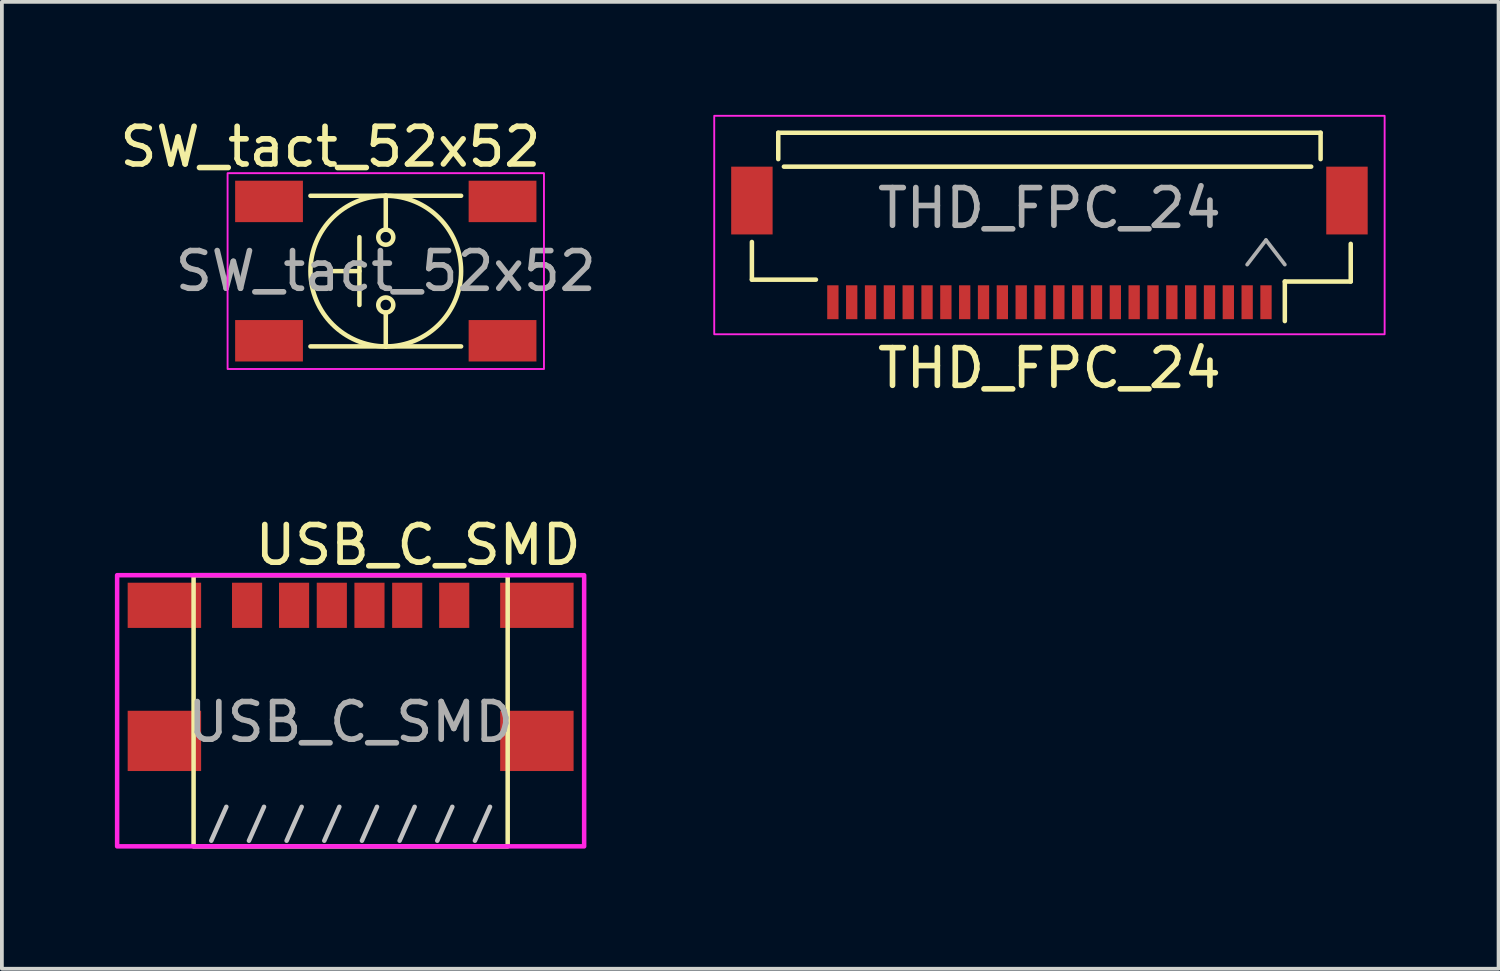
<source format=kicad_pcb>
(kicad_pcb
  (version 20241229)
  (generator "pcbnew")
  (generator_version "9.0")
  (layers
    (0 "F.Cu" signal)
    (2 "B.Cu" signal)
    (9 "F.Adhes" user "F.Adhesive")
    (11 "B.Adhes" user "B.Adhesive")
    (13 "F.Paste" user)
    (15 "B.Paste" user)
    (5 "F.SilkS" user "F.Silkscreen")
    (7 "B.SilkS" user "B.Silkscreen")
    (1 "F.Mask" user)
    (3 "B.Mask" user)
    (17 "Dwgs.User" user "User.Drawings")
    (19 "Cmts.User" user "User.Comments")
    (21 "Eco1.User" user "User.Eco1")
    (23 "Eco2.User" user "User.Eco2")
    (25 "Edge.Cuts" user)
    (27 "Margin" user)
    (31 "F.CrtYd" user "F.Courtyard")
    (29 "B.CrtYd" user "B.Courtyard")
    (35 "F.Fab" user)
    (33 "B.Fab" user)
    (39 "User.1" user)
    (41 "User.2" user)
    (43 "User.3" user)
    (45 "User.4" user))
  (footprint "SW_tact_52x52"
    (layer "F.Cu")
    (at 7.193 4.148)
    (property "Reference" "SW_tact_52x52" (at 4.2 -3.3 0) (unlocked yes) (layer "F.SilkS") (effects (font (size 1 1) (thickness 0.15)) (justify right)))
    (attr smd)
    (fp_line (start -0.7 0) (end -1.4 0) (stroke (width 0.12) (type solid)) (layer "F.SilkS"))
    (fp_line (start -0.7 0.9) (end -0.7 -0.9) (stroke (width 0.12) (type solid)) (layer "F.SilkS"))
    (fp_line (start 0 -2) (end -2 -2) (stroke (width 0.12) (type solid)) (layer "F.SilkS"))
    (fp_line (start 0 -2) (end 0 -1.1) (stroke (width 0.12) (type solid)) (layer "F.SilkS"))
    (fp_line (start 0 -2) (end 2 -2) (stroke (width 0.12) (type solid)) (layer "F.SilkS"))
    (fp_line (start 0 1.1) (end 0 2) (stroke (width 0.12) (type solid)) (layer "F.SilkS"))
    (fp_line (start 0 2) (end -2 2) (stroke (width 0.12) (type solid)) (layer "F.SilkS"))
    (fp_line (start 0 2) (end 2 2) (stroke (width 0.12) (type solid)) (layer "F.SilkS"))
    (fp_circle (center 0 -0.9) (end 0.2 -0.9) (stroke (width 0.12) (type solid)) (fill no) (layer "F.SilkS"))
    (fp_circle (center 0 0) (end 2 0) (stroke (width 0.12) (type solid)) (fill no) (layer "F.SilkS"))
    (fp_circle (center 0 0.9) (end 0.2 0.9) (stroke (width 0.12) (type solid)) (fill no) (layer "F.SilkS"))
    (fp_rect (start -4.2 -2.6) (end 4.2 2.6) (stroke (width 0.05) (type solid)) (fill no) (layer "F.CrtYd"))
    (fp_text user "${REFERENCE}" (at 0 0 0) (unlocked yes) (layer "F.Fab") (effects (font (size 1 1) (thickness 0.15))))
    (pad "1" smd rect (at -3.1 -1.85) (size 1.8 1.1) (layers "F.Cu" "F.Mask" "F.Paste"))
    (pad "2" smd rect (at 3.1 -1.85) (size 1.8 1.1) (layers "F.Cu" "F.Mask" "F.Paste"))
    (pad "3" smd rect (at -3.1 1.85) (size 1.8 1.1) (layers "F.Cu" "F.Mask" "F.Paste"))
    (pad "4" smd rect (at 3.1 1.85) (size 1.8 1.1) (layers "F.Cu" "F.Mask" "F.Paste")))
  (footprint "USB_C_SMD"
    (layer "F.Cu")
    (at 6.26 19.422)
    (property "Reference" "USB_C_SMD" (at 6.2 -8 0) (unlocked yes) (layer "F.SilkS") (effects (font (size 1 1) (thickness 0.15)) (justify right)))
    (attr smd)
    (fp_rect (start -4.17 0) (end 4.17 -7.2) (stroke (width 0.12) (type solid)) (fill no) (layer "F.SilkS"))
    (fp_line (start -3.7 -0.15) (end -3.3 -1.05) (stroke (width 0.12) (type solid)) (layer "Dwgs.User"))
    (fp_line (start -2.7 -0.15) (end -2.3 -1.05) (stroke (width 0.12) (type solid)) (layer "Dwgs.User"))
    (fp_line (start -1.7 -0.15) (end -1.3 -1.05) (stroke (width 0.12) (type solid)) (layer "Dwgs.User"))
    (fp_line (start -0.7 -0.15) (end -0.3 -1.05) (stroke (width 0.12) (type solid)) (layer "Dwgs.User"))
    (fp_line (start 0.3 -0.15) (end 0.7 -1.05) (stroke (width 0.12) (type solid)) (layer "Dwgs.User"))
    (fp_line (start 1.3 -0.15) (end 1.7 -1.05) (stroke (width 0.12) (type solid)) (layer "Dwgs.User"))
    (fp_line (start 2.3 -0.15) (end 2.7 -1.05) (stroke (width 0.12) (type solid)) (layer "Dwgs.User"))
    (fp_line (start 3.3 -0.15) (end 3.7 -1.05) (stroke (width 0.12) (type solid)) (layer "Dwgs.User"))
    (fp_rect (start -6.2 0) (end 6.2 -7.2) (stroke (width 0.12) (type solid)) (fill no) (layer "F.CrtYd"))
    (fp_text user "${REFERENCE}" (at 0 -3.3 0) (unlocked yes) (layer "F.Fab") (effects (font (size 1 1) (thickness 0.15))))
    (pad "A5" smd rect (at -0.5 -6.4) (size 0.8 1.2) (layers "F.Cu" "F.Mask" "F.Paste"))
    (pad "B5" smd rect (at 0.5 -6.4) (size 0.8 1.2) (layers "F.Cu" "F.Mask" "F.Paste"))
    (pad "SHIELD" smd rect (at -4.945 -6.4) (size 1.95 1.2) (layers "F.Cu" "F.Mask" "F.Paste"))
    (pad "SHIELD" smd rect (at -4.945 -2.8) (size 1.95 1.6) (layers "F.Cu" "F.Mask" "F.Paste"))
    (pad "SHIELD" smd rect (at 4.945 -6.4) (size 1.95 1.2) (layers "F.Cu" "F.Mask" "F.Paste"))
    (pad "SHIELD" smd rect (at 4.945 -2.8) (size 1.95 1.6) (layers "F.Cu" "F.Mask" "F.Paste"))
    (pad "X9" smd rect (at -1.502 -6.4) (size 0.8 1.2) (layers "F.Cu" "F.Mask" "F.Paste"))
    (pad "X9" smd rect (at 1.502 -6.4) (size 0.8 1.2) (layers "F.Cu" "F.Mask" "F.Paste"))
    (pad "X12" smd rect (at -2.75 -6.4) (size 0.8 1.2) (layers "F.Cu" "F.Mask" "F.Paste"))
    (pad "X12" smd rect (at 2.75 -6.4) (size 0.8 1.2) (layers "F.Cu" "F.Mask" "F.Paste")))
  (footprint "THD_FPC_24"
    (layer "F.Cu")
    (at 24.814 3.725)
    (property "Reference" "THD_FPC_24" (at 0 3 0) (unlocked yes) (layer "F.SilkS") (effects (font (size 1 1) (thickness 0.15))))
    (attr smd)
    (fp_line (start -7.9 -0.35) (end -7.9 0.65) (stroke (width 0.12) (type solid)) (layer "F.SilkS"))
    (fp_line (start -7.9 0.65) (end -6.2 0.65) (stroke (width 0.12) (type solid)) (layer "F.SilkS"))
    (fp_line (start -7.2 -3.25) (end -7.2 -2.55) (stroke (width 0.12) (type solid)) (layer "F.SilkS"))
    (fp_line (start -7.2 -3.25) (end 7.2 -3.25) (stroke (width 0.12) (type solid)) (layer "F.SilkS"))
    (fp_line (start 6.25 0.7) (end 6.25 1.75) (stroke (width 0.12) (type solid)) (layer "F.SilkS"))
    (fp_line (start 6.95 -2.35) (end -7.05 -2.35) (stroke (width 0.12) (type solid)) (layer "F.SilkS"))
    (fp_line (start 7.2 -3.25) (end 7.2 -2.55) (stroke (width 0.12) (type solid)) (layer "F.SilkS"))
    (fp_line (start 8 -0.3) (end 8 0.7) (stroke (width 0.12) (type solid)) (layer "F.SilkS"))
    (fp_line (start 8 0.7) (end 6.25 0.7) (stroke (width 0.12) (type solid)) (layer "F.SilkS"))
    (fp_rect (start 8.9 2.1) (end -8.9 -3.7) (stroke (width 0.05) (type solid)) (fill no) (layer "F.CrtYd"))
    (fp_line (start 5.25 0.25) (end 5.75 -0.4) (stroke (width 0.1) (type solid)) (layer "F.Fab"))
    (fp_line (start 5.75 -0.4) (end 6.25 0.25) (stroke (width 0.1) (type solid)) (layer "F.Fab"))
    (fp_text user "${REFERENCE}" (at 0 -1.25 0) (unlocked yes) (layer "F.Fab") (effects (font (size 1 1) (thickness 0.15))))
    (pad "1" smd rect (at 5.75 1.25) (size 0.3 0.9) (layers "F.Cu" "F.Mask" "F.Paste"))
    (pad "2" smd rect (at 5.25 1.25) (size 0.3 0.9) (layers "F.Cu" "F.Mask" "F.Paste"))
    (pad "3" smd rect (at 4.75 1.25) (size 0.3 0.9) (layers "F.Cu" "F.Mask" "F.Paste"))
    (pad "4" smd rect (at 4.25 1.25) (size 0.3 0.9) (layers "F.Cu" "F.Mask" "F.Paste"))
    (pad "5" smd rect (at 3.75 1.25) (size 0.3 0.9) (layers "F.Cu" "F.Mask" "F.Paste"))
    (pad "6" smd rect (at 3.25 1.25) (size 0.3 0.9) (layers "F.Cu" "F.Mask" "F.Paste"))
    (pad "7" smd rect (at 2.75 1.25) (size 0.3 0.9) (layers "F.Cu" "F.Mask" "F.Paste"))
    (pad "8" smd rect (at 2.25 1.25) (size 0.3 0.9) (layers "F.Cu" "F.Mask" "F.Paste"))
    (pad "9" smd rect (at 1.75 1.25) (size 0.3 0.9) (layers "F.Cu" "F.Mask" "F.Paste"))
    (pad "10" smd rect (at 1.25 1.25) (size 0.3 0.9) (layers "F.Cu" "F.Mask" "F.Paste"))
    (pad "11" smd rect (at 0.75 1.25) (size 0.3 0.9) (layers "F.Cu" "F.Mask" "F.Paste"))
    (pad "12" smd rect (at 0.25 1.25) (size 0.3 0.9) (layers "F.Cu" "F.Mask" "F.Paste"))
    (pad "13" smd rect (at -0.25 1.25) (size 0.3 0.9) (layers "F.Cu" "F.Mask" "F.Paste"))
    (pad "14" smd rect (at -0.75 1.25) (size 0.3 0.9) (layers "F.Cu" "F.Mask" "F.Paste"))
    (pad "15" smd rect (at -1.25 1.25) (size 0.3 0.9) (layers "F.Cu" "F.Mask" "F.Paste"))
    (pad "16" smd rect (at -1.75 1.25) (size 0.3 0.9) (layers "F.Cu" "F.Mask" "F.Paste"))
    (pad "17" smd rect (at -2.25 1.25) (size 0.3 0.9) (layers "F.Cu" "F.Mask" "F.Paste"))
    (pad "18" smd rect (at -2.75 1.25) (size 0.3 0.9) (layers "F.Cu" "F.Mask" "F.Paste"))
    (pad "19" smd rect (at -3.25 1.25) (size 0.3 0.9) (layers "F.Cu" "F.Mask" "F.Paste"))
    (pad "20" smd rect (at -3.75 1.25) (size 0.3 0.9) (layers "F.Cu" "F.Mask" "F.Paste"))
    (pad "21" smd rect (at -4.25 1.25) (size 0.3 0.9) (layers "F.Cu" "F.Mask" "F.Paste"))
    (pad "22" smd rect (at -4.75 1.25) (size 0.3 0.9) (layers "F.Cu" "F.Mask" "F.Paste"))
    (pad "23" smd rect (at -5.25 1.25) (size 0.3 0.9) (layers "F.Cu" "F.Mask" "F.Paste"))
    (pad "24" smd rect (at -5.75 1.25) (size 0.3 0.9) (layers "F.Cu" "F.Mask" "F.Paste"))
    (pad "MP0" smd rect (at 7.9 -1.45) (size 1.1 1.8) (layers "F.Cu" "F.Mask" "F.Paste"))
    (pad "MP1" smd rect (at -7.9 -1.45) (size 1.1 1.8) (layers "F.Cu" "F.Mask" "F.Paste")))
  (gr_rect
    (start -3 -3)
    (end 36.739 22.672)
    (stroke (width 0.1) (type default))
    (fill no)
    (layer "Edge.Cuts")))
</source>
